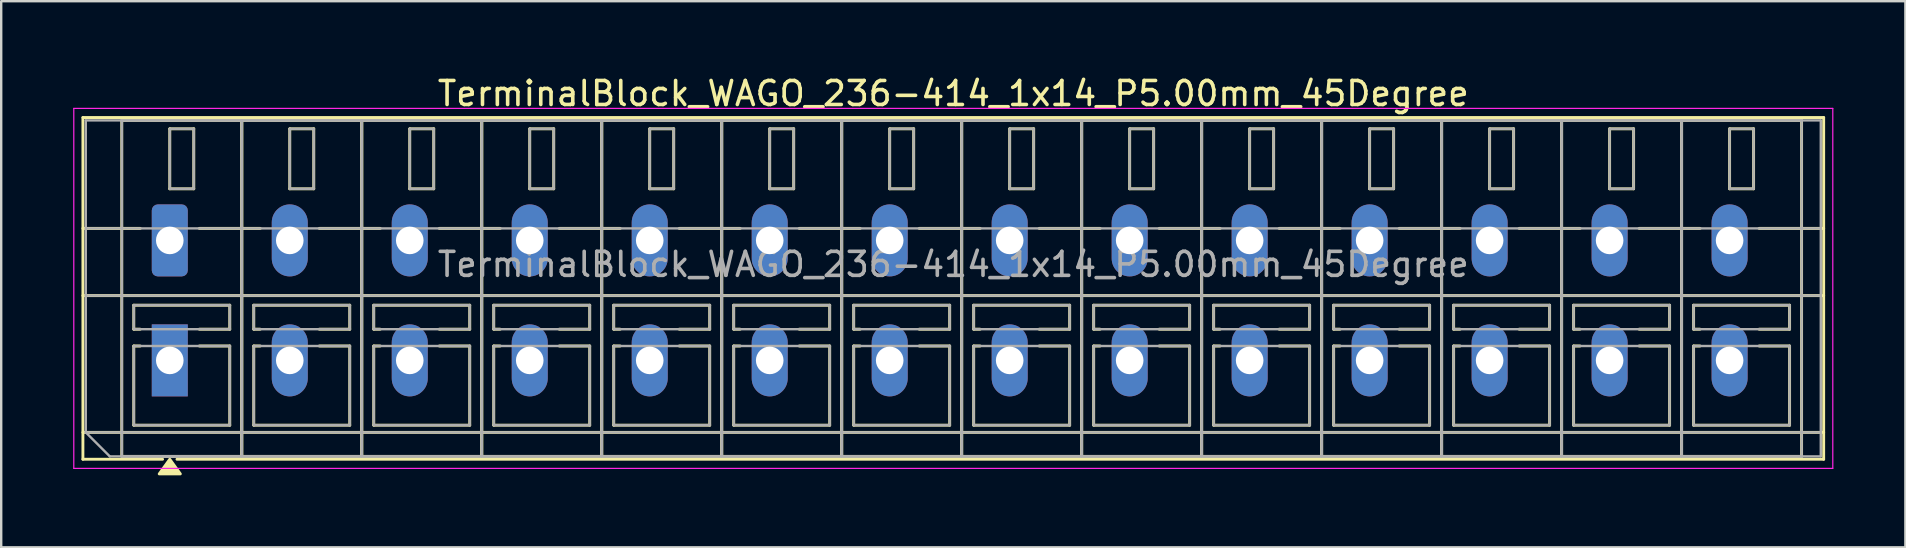
<source format=kicad_pcb>
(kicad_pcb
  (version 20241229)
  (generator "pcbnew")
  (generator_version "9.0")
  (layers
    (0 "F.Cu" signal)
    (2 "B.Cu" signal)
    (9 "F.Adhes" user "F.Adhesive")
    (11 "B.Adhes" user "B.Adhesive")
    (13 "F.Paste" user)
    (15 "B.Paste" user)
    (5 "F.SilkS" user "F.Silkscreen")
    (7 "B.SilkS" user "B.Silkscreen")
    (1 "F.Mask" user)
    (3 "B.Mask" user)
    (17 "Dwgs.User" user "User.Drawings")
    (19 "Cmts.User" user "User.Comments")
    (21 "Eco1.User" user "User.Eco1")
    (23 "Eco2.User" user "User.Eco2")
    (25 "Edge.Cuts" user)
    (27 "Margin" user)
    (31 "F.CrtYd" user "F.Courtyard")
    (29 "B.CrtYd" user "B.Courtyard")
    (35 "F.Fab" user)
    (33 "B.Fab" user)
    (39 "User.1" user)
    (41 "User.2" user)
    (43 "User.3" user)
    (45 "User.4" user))
  (footprint "TerminalBlock_WAGO_236-414_1x14_P5.00mm_45Degree"
    (layer "F.Cu")
    (at 4.025 6.968)
    (property "Reference" "TerminalBlock_WAGO_236-414_1x14_P5.00mm_45Degree" (at 32.65 -6.12 0) (layer "F.SilkS") (effects (font (size 1 1) (thickness 0.15))))
    (attr through_hole)
    (fp_line (start -3.62 -5.12) (end 68.92 -5.12) (stroke (width 0.12) (type solid)) (layer "F.SilkS"))
    (fp_line (start -3.62 -0.5) (end -1.23 -0.5) (stroke (width 0.12) (type solid)) (layer "F.SilkS"))
    (fp_line (start -3.62 2.3) (end 68.92 2.3) (stroke (width 0.12) (type solid)) (layer "F.SilkS"))
    (fp_line (start -3.62 8) (end 68.92 8) (stroke (width 0.12) (type solid)) (layer "F.SilkS"))
    (fp_line (start -3.62 9.12) (end -3.62 -5.12) (stroke (width 0.12) (type solid)) (layer "F.SilkS"))
    (fp_line (start -2 -5) (end 3 -5) (stroke (width 0.12) (type solid)) (layer "F.SilkS"))
    (fp_line (start -2 9) (end -2 -5) (stroke (width 0.12) (type solid)) (layer "F.SilkS"))
    (fp_line (start -1.5 2.7) (end 2.5 2.7) (stroke (width 0.12) (type solid)) (layer "F.SilkS"))
    (fp_line (start -1.5 3.7) (end -1.5 2.7) (stroke (width 0.12) (type solid)) (layer "F.SilkS"))
    (fp_line (start -1.5 4.4) (end -1.23 4.4) (stroke (width 0.12) (type solid)) (layer "F.SilkS"))
    (fp_line (start -1.5 7.7) (end -1.5 4.4) (stroke (width 0.12) (type solid)) (layer "F.SilkS"))
    (fp_line (start -1.23 3.7) (end -1.5 3.7) (stroke (width 0.12) (type solid)) (layer "F.SilkS"))
    (fp_line (start -0.3 9.12) (end -3.62 9.12) (stroke (width 0.12) (type solid)) (layer "F.SilkS"))
    (fp_line (start 0 -4.65) (end 1 -4.65) (stroke (width 0.12) (type solid)) (layer "F.SilkS"))
    (fp_line (start 0 -2.15) (end 0 -4.65) (stroke (width 0.12) (type solid)) (layer "F.SilkS"))
    (fp_line (start 1 -4.65) (end 1 -2.15) (stroke (width 0.12) (type solid)) (layer "F.SilkS"))
    (fp_line (start 1 -2.15) (end 0 -2.15) (stroke (width 0.12) (type solid)) (layer "F.SilkS"))
    (fp_line (start 1.23 -0.5) (end 3.77 -0.5) (stroke (width 0.12) (type solid)) (layer "F.SilkS"))
    (fp_line (start 1.23 4.4) (end 2.5 4.4) (stroke (width 0.12) (type solid)) (layer "F.SilkS"))
    (fp_line (start 2.5 2.7) (end 2.5 3.7) (stroke (width 0.12) (type solid)) (layer "F.SilkS"))
    (fp_line (start 2.5 3.7) (end 1.23 3.7) (stroke (width 0.12) (type solid)) (layer "F.SilkS"))
    (fp_line (start 2.5 4.4) (end 2.5 7.7) (stroke (width 0.12) (type solid)) (layer "F.SilkS"))
    (fp_line (start 2.5 7.7) (end -1.5 7.7) (stroke (width 0.12) (type solid)) (layer "F.SilkS"))
    (fp_line (start 3 -5) (end 3 9) (stroke (width 0.12) (type solid)) (layer "F.SilkS"))
    (fp_line (start 3 -5) (end 8 -5) (stroke (width 0.12) (type solid)) (layer "F.SilkS"))
    (fp_line (start 3 9) (end -2 9) (stroke (width 0.12) (type solid)) (layer "F.SilkS"))
    (fp_line (start 3 9) (end 3 -5) (stroke (width 0.12) (type solid)) (layer "F.SilkS"))
    (fp_line (start 3.5 2.7) (end 7.5 2.7) (stroke (width 0.12) (type solid)) (layer "F.SilkS"))
    (fp_line (start 3.5 3.7) (end 3.5 2.7) (stroke (width 0.12) (type solid)) (layer "F.SilkS"))
    (fp_line (start 3.5 4.4) (end 3.77 4.4) (stroke (width 0.12) (type solid)) (layer "F.SilkS"))
    (fp_line (start 3.5 7.7) (end 3.5 4.4) (stroke (width 0.12) (type solid)) (layer "F.SilkS"))
    (fp_line (start 3.77 3.7) (end 3.5 3.7) (stroke (width 0.12) (type solid)) (layer "F.SilkS"))
    (fp_line (start 5 -4.65) (end 6 -4.65) (stroke (width 0.12) (type solid)) (layer "F.SilkS"))
    (fp_line (start 5 -2.15) (end 5 -4.65) (stroke (width 0.12) (type solid)) (layer "F.SilkS"))
    (fp_line (start 6 -4.65) (end 6 -2.15) (stroke (width 0.12) (type solid)) (layer "F.SilkS"))
    (fp_line (start 6 -2.15) (end 5 -2.15) (stroke (width 0.12) (type solid)) (layer "F.SilkS"))
    (fp_line (start 6.23 -0.5) (end 8.77 -0.5) (stroke (width 0.12) (type solid)) (layer "F.SilkS"))
    (fp_line (start 6.23 4.4) (end 7.5 4.4) (stroke (width 0.12) (type solid)) (layer "F.SilkS"))
    (fp_line (start 7.5 2.7) (end 7.5 3.7) (stroke (width 0.12) (type solid)) (layer "F.SilkS"))
    (fp_line (start 7.5 3.7) (end 6.23 3.7) (stroke (width 0.12) (type solid)) (layer "F.SilkS"))
    (fp_line (start 7.5 4.4) (end 7.5 7.7) (stroke (width 0.12) (type solid)) (layer "F.SilkS"))
    (fp_line (start 7.5 7.7) (end 3.5 7.7) (stroke (width 0.12) (type solid)) (layer "F.SilkS"))
    (fp_line (start 8 -5) (end 8 9) (stroke (width 0.12) (type solid)) (layer "F.SilkS"))
    (fp_line (start 8 -5) (end 13 -5) (stroke (width 0.12) (type solid)) (layer "F.SilkS"))
    (fp_line (start 8 9) (end 3 9) (stroke (width 0.12) (type solid)) (layer "F.SilkS"))
    (fp_line (start 8 9) (end 8 -5) (stroke (width 0.12) (type solid)) (layer "F.SilkS"))
    (fp_line (start 8.5 2.7) (end 12.5 2.7) (stroke (width 0.12) (type solid)) (layer "F.SilkS"))
    (fp_line (start 8.5 3.7) (end 8.5 2.7) (stroke (width 0.12) (type solid)) (layer "F.SilkS"))
    (fp_line (start 8.5 4.4) (end 8.77 4.4) (stroke (width 0.12) (type solid)) (layer "F.SilkS"))
    (fp_line (start 8.5 7.7) (end 8.5 4.4) (stroke (width 0.12) (type solid)) (layer "F.SilkS"))
    (fp_line (start 8.77 3.7) (end 8.5 3.7) (stroke (width 0.12) (type solid)) (layer "F.SilkS"))
    (fp_line (start 10 -4.65) (end 11 -4.65) (stroke (width 0.12) (type solid)) (layer "F.SilkS"))
    (fp_line (start 10 -2.15) (end 10 -4.65) (stroke (width 0.12) (type solid)) (layer "F.SilkS"))
    (fp_line (start 11 -4.65) (end 11 -2.15) (stroke (width 0.12) (type solid)) (layer "F.SilkS"))
    (fp_line (start 11 -2.15) (end 10 -2.15) (stroke (width 0.12) (type solid)) (layer "F.SilkS"))
    (fp_line (start 11.23 -0.5) (end 13.77 -0.5) (stroke (width 0.12) (type solid)) (layer "F.SilkS"))
    (fp_line (start 11.23 4.4) (end 12.5 4.4) (stroke (width 0.12) (type solid)) (layer "F.SilkS"))
    (fp_line (start 12.5 2.7) (end 12.5 3.7) (stroke (width 0.12) (type solid)) (layer "F.SilkS"))
    (fp_line (start 12.5 3.7) (end 11.23 3.7) (stroke (width 0.12) (type solid)) (layer "F.SilkS"))
    (fp_line (start 12.5 4.4) (end 12.5 7.7) (stroke (width 0.12) (type solid)) (layer "F.SilkS"))
    (fp_line (start 12.5 7.7) (end 8.5 7.7) (stroke (width 0.12) (type solid)) (layer "F.SilkS"))
    (fp_line (start 13 -5) (end 13 9) (stroke (width 0.12) (type solid)) (layer "F.SilkS"))
    (fp_line (start 13 -5) (end 18 -5) (stroke (width 0.12) (type solid)) (layer "F.SilkS"))
    (fp_line (start 13 9) (end 8 9) (stroke (width 0.12) (type solid)) (layer "F.SilkS"))
    (fp_line (start 13 9) (end 13 -5) (stroke (width 0.12) (type solid)) (layer "F.SilkS"))
    (fp_line (start 13.5 2.7) (end 17.5 2.7) (stroke (width 0.12) (type solid)) (layer "F.SilkS"))
    (fp_line (start 13.5 3.7) (end 13.5 2.7) (stroke (width 0.12) (type solid)) (layer "F.SilkS"))
    (fp_line (start 13.5 4.4) (end 13.77 4.4) (stroke (width 0.12) (type solid)) (layer "F.SilkS"))
    (fp_line (start 13.5 7.7) (end 13.5 4.4) (stroke (width 0.12) (type solid)) (layer "F.SilkS"))
    (fp_line (start 13.77 3.7) (end 13.5 3.7) (stroke (width 0.12) (type solid)) (layer "F.SilkS"))
    (fp_line (start 15 -4.65) (end 16 -4.65) (stroke (width 0.12) (type solid)) (layer "F.SilkS"))
    (fp_line (start 15 -2.15) (end 15 -4.65) (stroke (width 0.12) (type solid)) (layer "F.SilkS"))
    (fp_line (start 16 -4.65) (end 16 -2.15) (stroke (width 0.12) (type solid)) (layer "F.SilkS"))
    (fp_line (start 16 -2.15) (end 15 -2.15) (stroke (width 0.12) (type solid)) (layer "F.SilkS"))
    (fp_line (start 16.23 -0.5) (end 18.77 -0.5) (stroke (width 0.12) (type solid)) (layer "F.SilkS"))
    (fp_line (start 16.23 4.4) (end 17.5 4.4) (stroke (width 0.12) (type solid)) (layer "F.SilkS"))
    (fp_line (start 17.5 2.7) (end 17.5 3.7) (stroke (width 0.12) (type solid)) (layer "F.SilkS"))
    (fp_line (start 17.5 3.7) (end 16.23 3.7) (stroke (width 0.12) (type solid)) (layer "F.SilkS"))
    (fp_line (start 17.5 4.4) (end 17.5 7.7) (stroke (width 0.12) (type solid)) (layer "F.SilkS"))
    (fp_line (start 17.5 7.7) (end 13.5 7.7) (stroke (width 0.12) (type solid)) (layer "F.SilkS"))
    (fp_line (start 18 -5) (end 18 9) (stroke (width 0.12) (type solid)) (layer "F.SilkS"))
    (fp_line (start 18 -5) (end 23 -5) (stroke (width 0.12) (type solid)) (layer "F.SilkS"))
    (fp_line (start 18 9) (end 13 9) (stroke (width 0.12) (type solid)) (layer "F.SilkS"))
    (fp_line (start 18 9) (end 18 -5) (stroke (width 0.12) (type solid)) (layer "F.SilkS"))
    (fp_line (start 18.5 2.7) (end 22.5 2.7) (stroke (width 0.12) (type solid)) (layer "F.SilkS"))
    (fp_line (start 18.5 3.7) (end 18.5 2.7) (stroke (width 0.12) (type solid)) (layer "F.SilkS"))
    (fp_line (start 18.5 4.4) (end 18.77 4.4) (stroke (width 0.12) (type solid)) (layer "F.SilkS"))
    (fp_line (start 18.5 7.7) (end 18.5 4.4) (stroke (width 0.12) (type solid)) (layer "F.SilkS"))
    (fp_line (start 18.77 3.7) (end 18.5 3.7) (stroke (width 0.12) (type solid)) (layer "F.SilkS"))
    (fp_line (start 20 -4.65) (end 21 -4.65) (stroke (width 0.12) (type solid)) (layer "F.SilkS"))
    (fp_line (start 20 -2.15) (end 20 -4.65) (stroke (width 0.12) (type solid)) (layer "F.SilkS"))
    (fp_line (start 21 -4.65) (end 21 -2.15) (stroke (width 0.12) (type solid)) (layer "F.SilkS"))
    (fp_line (start 21 -2.15) (end 20 -2.15) (stroke (width 0.12) (type solid)) (layer "F.SilkS"))
    (fp_line (start 21.23 -0.5) (end 23.77 -0.5) (stroke (width 0.12) (type solid)) (layer "F.SilkS"))
    (fp_line (start 21.23 4.4) (end 22.5 4.4) (stroke (width 0.12) (type solid)) (layer "F.SilkS"))
    (fp_line (start 22.5 2.7) (end 22.5 3.7) (stroke (width 0.12) (type solid)) (layer "F.SilkS"))
    (fp_line (start 22.5 3.7) (end 21.23 3.7) (stroke (width 0.12) (type solid)) (layer "F.SilkS"))
    (fp_line (start 22.5 4.4) (end 22.5 7.7) (stroke (width 0.12) (type solid)) (layer "F.SilkS"))
    (fp_line (start 22.5 7.7) (end 18.5 7.7) (stroke (width 0.12) (type solid)) (layer "F.SilkS"))
    (fp_line (start 23 -5) (end 23 9) (stroke (width 0.12) (type solid)) (layer "F.SilkS"))
    (fp_line (start 23 -5) (end 28 -5) (stroke (width 0.12) (type solid)) (layer "F.SilkS"))
    (fp_line (start 23 9) (end 18 9) (stroke (width 0.12) (type solid)) (layer "F.SilkS"))
    (fp_line (start 23 9) (end 23 -5) (stroke (width 0.12) (type solid)) (layer "F.SilkS"))
    (fp_line (start 23.5 2.7) (end 27.5 2.7) (stroke (width 0.12) (type solid)) (layer "F.SilkS"))
    (fp_line (start 23.5 3.7) (end 23.5 2.7) (stroke (width 0.12) (type solid)) (layer "F.SilkS"))
    (fp_line (start 23.5 4.4) (end 23.77 4.4) (stroke (width 0.12) (type solid)) (layer "F.SilkS"))
    (fp_line (start 23.5 7.7) (end 23.5 4.4) (stroke (width 0.12) (type solid)) (layer "F.SilkS"))
    (fp_line (start 23.77 3.7) (end 23.5 3.7) (stroke (width 0.12) (type solid)) (layer "F.SilkS"))
    (fp_line (start 25 -4.65) (end 26 -4.65) (stroke (width 0.12) (type solid)) (layer "F.SilkS"))
    (fp_line (start 25 -2.15) (end 25 -4.65) (stroke (width 0.12) (type solid)) (layer "F.SilkS"))
    (fp_line (start 26 -4.65) (end 26 -2.15) (stroke (width 0.12) (type solid)) (layer "F.SilkS"))
    (fp_line (start 26 -2.15) (end 25 -2.15) (stroke (width 0.12) (type solid)) (layer "F.SilkS"))
    (fp_line (start 26.23 -0.5) (end 28.77 -0.5) (stroke (width 0.12) (type solid)) (layer "F.SilkS"))
    (fp_line (start 26.23 4.4) (end 27.5 4.4) (stroke (width 0.12) (type solid)) (layer "F.SilkS"))
    (fp_line (start 27.5 2.7) (end 27.5 3.7) (stroke (width 0.12) (type solid)) (layer "F.SilkS"))
    (fp_line (start 27.5 3.7) (end 26.23 3.7) (stroke (width 0.12) (type solid)) (layer "F.SilkS"))
    (fp_line (start 27.5 4.4) (end 27.5 7.7) (stroke (width 0.12) (type solid)) (layer "F.SilkS"))
    (fp_line (start 27.5 7.7) (end 23.5 7.7) (stroke (width 0.12) (type solid)) (layer "F.SilkS"))
    (fp_line (start 28 -5) (end 28 9) (stroke (width 0.12) (type solid)) (layer "F.SilkS"))
    (fp_line (start 28 -5) (end 33 -5) (stroke (width 0.12) (type solid)) (layer "F.SilkS"))
    (fp_line (start 28 9) (end 23 9) (stroke (width 0.12) (type solid)) (layer "F.SilkS"))
    (fp_line (start 28 9) (end 28 -5) (stroke (width 0.12) (type solid)) (layer "F.SilkS"))
    (fp_line (start 28.5 2.7) (end 32.5 2.7) (stroke (width 0.12) (type solid)) (layer "F.SilkS"))
    (fp_line (start 28.5 3.7) (end 28.5 2.7) (stroke (width 0.12) (type solid)) (layer "F.SilkS"))
    (fp_line (start 28.5 4.4) (end 28.77 4.4) (stroke (width 0.12) (type solid)) (layer "F.SilkS"))
    (fp_line (start 28.5 7.7) (end 28.5 4.4) (stroke (width 0.12) (type solid)) (layer "F.SilkS"))
    (fp_line (start 28.77 3.7) (end 28.5 3.7) (stroke (width 0.12) (type solid)) (layer "F.SilkS"))
    (fp_line (start 30 -4.65) (end 31 -4.65) (stroke (width 0.12) (type solid)) (layer "F.SilkS"))
    (fp_line (start 30 -2.15) (end 30 -4.65) (stroke (width 0.12) (type solid)) (layer "F.SilkS"))
    (fp_line (start 31 -4.65) (end 31 -2.15) (stroke (width 0.12) (type solid)) (layer "F.SilkS"))
    (fp_line (start 31 -2.15) (end 30 -2.15) (stroke (width 0.12) (type solid)) (layer "F.SilkS"))
    (fp_line (start 31.23 -0.5) (end 33.77 -0.5) (stroke (width 0.12) (type solid)) (layer "F.SilkS"))
    (fp_line (start 31.23 4.4) (end 32.5 4.4) (stroke (width 0.12) (type solid)) (layer "F.SilkS"))
    (fp_line (start 32.5 2.7) (end 32.5 3.7) (stroke (width 0.12) (type solid)) (layer "F.SilkS"))
    (fp_line (start 32.5 3.7) (end 31.23 3.7) (stroke (width 0.12) (type solid)) (layer "F.SilkS"))
    (fp_line (start 32.5 4.4) (end 32.5 7.7) (stroke (width 0.12) (type solid)) (layer "F.SilkS"))
    (fp_line (start 32.5 7.7) (end 28.5 7.7) (stroke (width 0.12) (type solid)) (layer "F.SilkS"))
    (fp_line (start 33 -5) (end 33 9) (stroke (width 0.12) (type solid)) (layer "F.SilkS"))
    (fp_line (start 33 -5) (end 38 -5) (stroke (width 0.12) (type solid)) (layer "F.SilkS"))
    (fp_line (start 33 9) (end 28 9) (stroke (width 0.12) (type solid)) (layer "F.SilkS"))
    (fp_line (start 33 9) (end 33 -5) (stroke (width 0.12) (type solid)) (layer "F.SilkS"))
    (fp_line (start 33.5 2.7) (end 37.5 2.7) (stroke (width 0.12) (type solid)) (layer "F.SilkS"))
    (fp_line (start 33.5 3.7) (end 33.5 2.7) (stroke (width 0.12) (type solid)) (layer "F.SilkS"))
    (fp_line (start 33.5 4.4) (end 33.77 4.4) (stroke (width 0.12) (type solid)) (layer "F.SilkS"))
    (fp_line (start 33.5 7.7) (end 33.5 4.4) (stroke (width 0.12) (type solid)) (layer "F.SilkS"))
    (fp_line (start 33.77 3.7) (end 33.5 3.7) (stroke (width 0.12) (type solid)) (layer "F.SilkS"))
    (fp_line (start 35 -4.65) (end 36 -4.65) (stroke (width 0.12) (type solid)) (layer "F.SilkS"))
    (fp_line (start 35 -2.15) (end 35 -4.65) (stroke (width 0.12) (type solid)) (layer "F.SilkS"))
    (fp_line (start 36 -4.65) (end 36 -2.15) (stroke (width 0.12) (type solid)) (layer "F.SilkS"))
    (fp_line (start 36 -2.15) (end 35 -2.15) (stroke (width 0.12) (type solid)) (layer "F.SilkS"))
    (fp_line (start 36.23 -0.5) (end 38.77 -0.5) (stroke (width 0.12) (type solid)) (layer "F.SilkS"))
    (fp_line (start 36.23 4.4) (end 37.5 4.4) (stroke (width 0.12) (type solid)) (layer "F.SilkS"))
    (fp_line (start 37.5 2.7) (end 37.5 3.7) (stroke (width 0.12) (type solid)) (layer "F.SilkS"))
    (fp_line (start 37.5 3.7) (end 36.23 3.7) (stroke (width 0.12) (type solid)) (layer "F.SilkS"))
    (fp_line (start 37.5 4.4) (end 37.5 7.7) (stroke (width 0.12) (type solid)) (layer "F.SilkS"))
    (fp_line (start 37.5 7.7) (end 33.5 7.7) (stroke (width 0.12) (type solid)) (layer "F.SilkS"))
    (fp_line (start 38 -5) (end 38 9) (stroke (width 0.12) (type solid)) (layer "F.SilkS"))
    (fp_line (start 38 -5) (end 43 -5) (stroke (width 0.12) (type solid)) (layer "F.SilkS"))
    (fp_line (start 38 9) (end 33 9) (stroke (width 0.12) (type solid)) (layer "F.SilkS"))
    (fp_line (start 38 9) (end 38 -5) (stroke (width 0.12) (type solid)) (layer "F.SilkS"))
    (fp_line (start 38.5 2.7) (end 42.5 2.7) (stroke (width 0.12) (type solid)) (layer "F.SilkS"))
    (fp_line (start 38.5 3.7) (end 38.5 2.7) (stroke (width 0.12) (type solid)) (layer "F.SilkS"))
    (fp_line (start 38.5 4.4) (end 38.77 4.4) (stroke (width 0.12) (type solid)) (layer "F.SilkS"))
    (fp_line (start 38.5 7.7) (end 38.5 4.4) (stroke (width 0.12) (type solid)) (layer "F.SilkS"))
    (fp_line (start 38.77 3.7) (end 38.5 3.7) (stroke (width 0.12) (type solid)) (layer "F.SilkS"))
    (fp_line (start 40 -4.65) (end 41 -4.65) (stroke (width 0.12) (type solid)) (layer "F.SilkS"))
    (fp_line (start 40 -2.15) (end 40 -4.65) (stroke (width 0.12) (type solid)) (layer "F.SilkS"))
    (fp_line (start 41 -4.65) (end 41 -2.15) (stroke (width 0.12) (type solid)) (layer "F.SilkS"))
    (fp_line (start 41 -2.15) (end 40 -2.15) (stroke (width 0.12) (type solid)) (layer "F.SilkS"))
    (fp_line (start 41.23 -0.5) (end 43.77 -0.5) (stroke (width 0.12) (type solid)) (layer "F.SilkS"))
    (fp_line (start 41.23 4.4) (end 42.5 4.4) (stroke (width 0.12) (type solid)) (layer "F.SilkS"))
    (fp_line (start 42.5 2.7) (end 42.5 3.7) (stroke (width 0.12) (type solid)) (layer "F.SilkS"))
    (fp_line (start 42.5 3.7) (end 41.23 3.7) (stroke (width 0.12) (type solid)) (layer "F.SilkS"))
    (fp_line (start 42.5 4.4) (end 42.5 7.7) (stroke (width 0.12) (type solid)) (layer "F.SilkS"))
    (fp_line (start 42.5 7.7) (end 38.5 7.7) (stroke (width 0.12) (type solid)) (layer "F.SilkS"))
    (fp_line (start 43 -5) (end 43 9) (stroke (width 0.12) (type solid)) (layer "F.SilkS"))
    (fp_line (start 43 -5) (end 48 -5) (stroke (width 0.12) (type solid)) (layer "F.SilkS"))
    (fp_line (start 43 9) (end 38 9) (stroke (width 0.12) (type solid)) (layer "F.SilkS"))
    (fp_line (start 43 9) (end 43 -5) (stroke (width 0.12) (type solid)) (layer "F.SilkS"))
    (fp_line (start 43.5 2.7) (end 47.5 2.7) (stroke (width 0.12) (type solid)) (layer "F.SilkS"))
    (fp_line (start 43.5 3.7) (end 43.5 2.7) (stroke (width 0.12) (type solid)) (layer "F.SilkS"))
    (fp_line (start 43.5 4.4) (end 43.77 4.4) (stroke (width 0.12) (type solid)) (layer "F.SilkS"))
    (fp_line (start 43.5 7.7) (end 43.5 4.4) (stroke (width 0.12) (type solid)) (layer "F.SilkS"))
    (fp_line (start 43.77 3.7) (end 43.5 3.7) (stroke (width 0.12) (type solid)) (layer "F.SilkS"))
    (fp_line (start 45 -4.65) (end 46 -4.65) (stroke (width 0.12) (type solid)) (layer "F.SilkS"))
    (fp_line (start 45 -2.15) (end 45 -4.65) (stroke (width 0.12) (type solid)) (layer "F.SilkS"))
    (fp_line (start 46 -4.65) (end 46 -2.15) (stroke (width 0.12) (type solid)) (layer "F.SilkS"))
    (fp_line (start 46 -2.15) (end 45 -2.15) (stroke (width 0.12) (type solid)) (layer "F.SilkS"))
    (fp_line (start 46.23 -0.5) (end 48.77 -0.5) (stroke (width 0.12) (type solid)) (layer "F.SilkS"))
    (fp_line (start 46.23 4.4) (end 47.5 4.4) (stroke (width 0.12) (type solid)) (layer "F.SilkS"))
    (fp_line (start 47.5 2.7) (end 47.5 3.7) (stroke (width 0.12) (type solid)) (layer "F.SilkS"))
    (fp_line (start 47.5 3.7) (end 46.23 3.7) (stroke (width 0.12) (type solid)) (layer "F.SilkS"))
    (fp_line (start 47.5 4.4) (end 47.5 7.7) (stroke (width 0.12) (type solid)) (layer "F.SilkS"))
    (fp_line (start 47.5 7.7) (end 43.5 7.7) (stroke (width 0.12) (type solid)) (layer "F.SilkS"))
    (fp_line (start 48 -5) (end 48 9) (stroke (width 0.12) (type solid)) (layer "F.SilkS"))
    (fp_line (start 48 -5) (end 53 -5) (stroke (width 0.12) (type solid)) (layer "F.SilkS"))
    (fp_line (start 48 9) (end 43 9) (stroke (width 0.12) (type solid)) (layer "F.SilkS"))
    (fp_line (start 48 9) (end 48 -5) (stroke (width 0.12) (type solid)) (layer "F.SilkS"))
    (fp_line (start 48.5 2.7) (end 52.5 2.7) (stroke (width 0.12) (type solid)) (layer "F.SilkS"))
    (fp_line (start 48.5 3.7) (end 48.5 2.7) (stroke (width 0.12) (type solid)) (layer "F.SilkS"))
    (fp_line (start 48.5 4.4) (end 48.77 4.4) (stroke (width 0.12) (type solid)) (layer "F.SilkS"))
    (fp_line (start 48.5 7.7) (end 48.5 4.4) (stroke (width 0.12) (type solid)) (layer "F.SilkS"))
    (fp_line (start 48.77 3.7) (end 48.5 3.7) (stroke (width 0.12) (type solid)) (layer "F.SilkS"))
    (fp_line (start 50 -4.65) (end 51 -4.65) (stroke (width 0.12) (type solid)) (layer "F.SilkS"))
    (fp_line (start 50 -2.15) (end 50 -4.65) (stroke (width 0.12) (type solid)) (layer "F.SilkS"))
    (fp_line (start 51 -4.65) (end 51 -2.15) (stroke (width 0.12) (type solid)) (layer "F.SilkS"))
    (fp_line (start 51 -2.15) (end 50 -2.15) (stroke (width 0.12) (type solid)) (layer "F.SilkS"))
    (fp_line (start 51.23 -0.5) (end 53.77 -0.5) (stroke (width 0.12) (type solid)) (layer "F.SilkS"))
    (fp_line (start 51.23 4.4) (end 52.5 4.4) (stroke (width 0.12) (type solid)) (layer "F.SilkS"))
    (fp_line (start 52.5 2.7) (end 52.5 3.7) (stroke (width 0.12) (type solid)) (layer "F.SilkS"))
    (fp_line (start 52.5 3.7) (end 51.23 3.7) (stroke (width 0.12) (type solid)) (layer "F.SilkS"))
    (fp_line (start 52.5 4.4) (end 52.5 7.7) (stroke (width 0.12) (type solid)) (layer "F.SilkS"))
    (fp_line (start 52.5 7.7) (end 48.5 7.7) (stroke (width 0.12) (type solid)) (layer "F.SilkS"))
    (fp_line (start 53 -5) (end 53 9) (stroke (width 0.12) (type solid)) (layer "F.SilkS"))
    (fp_line (start 53 -5) (end 58 -5) (stroke (width 0.12) (type solid)) (layer "F.SilkS"))
    (fp_line (start 53 9) (end 48 9) (stroke (width 0.12) (type solid)) (layer "F.SilkS"))
    (fp_line (start 53 9) (end 53 -5) (stroke (width 0.12) (type solid)) (layer "F.SilkS"))
    (fp_line (start 53.5 2.7) (end 57.5 2.7) (stroke (width 0.12) (type solid)) (layer "F.SilkS"))
    (fp_line (start 53.5 3.7) (end 53.5 2.7) (stroke (width 0.12) (type solid)) (layer "F.SilkS"))
    (fp_line (start 53.5 4.4) (end 53.77 4.4) (stroke (width 0.12) (type solid)) (layer "F.SilkS"))
    (fp_line (start 53.5 7.7) (end 53.5 4.4) (stroke (width 0.12) (type solid)) (layer "F.SilkS"))
    (fp_line (start 53.77 3.7) (end 53.5 3.7) (stroke (width 0.12) (type solid)) (layer "F.SilkS"))
    (fp_line (start 55 -4.65) (end 56 -4.65) (stroke (width 0.12) (type solid)) (layer "F.SilkS"))
    (fp_line (start 55 -2.15) (end 55 -4.65) (stroke (width 0.12) (type solid)) (layer "F.SilkS"))
    (fp_line (start 56 -4.65) (end 56 -2.15) (stroke (width 0.12) (type solid)) (layer "F.SilkS"))
    (fp_line (start 56 -2.15) (end 55 -2.15) (stroke (width 0.12) (type solid)) (layer "F.SilkS"))
    (fp_line (start 56.23 -0.5) (end 58.77 -0.5) (stroke (width 0.12) (type solid)) (layer "F.SilkS"))
    (fp_line (start 56.23 4.4) (end 57.5 4.4) (stroke (width 0.12) (type solid)) (layer "F.SilkS"))
    (fp_line (start 57.5 2.7) (end 57.5 3.7) (stroke (width 0.12) (type solid)) (layer "F.SilkS"))
    (fp_line (start 57.5 3.7) (end 56.23 3.7) (stroke (width 0.12) (type solid)) (layer "F.SilkS"))
    (fp_line (start 57.5 4.4) (end 57.5 7.7) (stroke (width 0.12) (type solid)) (layer "F.SilkS"))
    (fp_line (start 57.5 7.7) (end 53.5 7.7) (stroke (width 0.12) (type solid)) (layer "F.SilkS"))
    (fp_line (start 58 -5) (end 58 9) (stroke (width 0.12) (type solid)) (layer "F.SilkS"))
    (fp_line (start 58 -5) (end 63 -5) (stroke (width 0.12) (type solid)) (layer "F.SilkS"))
    (fp_line (start 58 9) (end 53 9) (stroke (width 0.12) (type solid)) (layer "F.SilkS"))
    (fp_line (start 58 9) (end 58 -5) (stroke (width 0.12) (type solid)) (layer "F.SilkS"))
    (fp_line (start 58.5 2.7) (end 62.5 2.7) (stroke (width 0.12) (type solid)) (layer "F.SilkS"))
    (fp_line (start 58.5 3.7) (end 58.5 2.7) (stroke (width 0.12) (type solid)) (layer "F.SilkS"))
    (fp_line (start 58.5 4.4) (end 58.77 4.4) (stroke (width 0.12) (type solid)) (layer "F.SilkS"))
    (fp_line (start 58.5 7.7) (end 58.5 4.4) (stroke (width 0.12) (type solid)) (layer "F.SilkS"))
    (fp_line (start 58.77 3.7) (end 58.5 3.7) (stroke (width 0.12) (type solid)) (layer "F.SilkS"))
    (fp_line (start 60 -4.65) (end 61 -4.65) (stroke (width 0.12) (type solid)) (layer "F.SilkS"))
    (fp_line (start 60 -2.15) (end 60 -4.65) (stroke (width 0.12) (type solid)) (layer "F.SilkS"))
    (fp_line (start 61 -4.65) (end 61 -2.15) (stroke (width 0.12) (type solid)) (layer "F.SilkS"))
    (fp_line (start 61 -2.15) (end 60 -2.15) (stroke (width 0.12) (type solid)) (layer "F.SilkS"))
    (fp_line (start 61.23 -0.5) (end 63.77 -0.5) (stroke (width 0.12) (type solid)) (layer "F.SilkS"))
    (fp_line (start 61.23 4.4) (end 62.5 4.4) (stroke (width 0.12) (type solid)) (layer "F.SilkS"))
    (fp_line (start 62.5 2.7) (end 62.5 3.7) (stroke (width 0.12) (type solid)) (layer "F.SilkS"))
    (fp_line (start 62.5 3.7) (end 61.23 3.7) (stroke (width 0.12) (type solid)) (layer "F.SilkS"))
    (fp_line (start 62.5 4.4) (end 62.5 7.7) (stroke (width 0.12) (type solid)) (layer "F.SilkS"))
    (fp_line (start 62.5 7.7) (end 58.5 7.7) (stroke (width 0.12) (type solid)) (layer "F.SilkS"))
    (fp_line (start 63 -5) (end 63 9) (stroke (width 0.12) (type solid)) (layer "F.SilkS"))
    (fp_line (start 63 -5) (end 68 -5) (stroke (width 0.12) (type solid)) (layer "F.SilkS"))
    (fp_line (start 63 9) (end 58 9) (stroke (width 0.12) (type solid)) (layer "F.SilkS"))
    (fp_line (start 63 9) (end 63 -5) (stroke (width 0.12) (type solid)) (layer "F.SilkS"))
    (fp_line (start 63.5 2.7) (end 67.5 2.7) (stroke (width 0.12) (type solid)) (layer "F.SilkS"))
    (fp_line (start 63.5 3.7) (end 63.5 2.7) (stroke (width 0.12) (type solid)) (layer "F.SilkS"))
    (fp_line (start 63.5 4.4) (end 63.77 4.4) (stroke (width 0.12) (type solid)) (layer "F.SilkS"))
    (fp_line (start 63.5 7.7) (end 63.5 4.4) (stroke (width 0.12) (type solid)) (layer "F.SilkS"))
    (fp_line (start 63.77 3.7) (end 63.5 3.7) (stroke (width 0.12) (type solid)) (layer "F.SilkS"))
    (fp_line (start 65 -4.65) (end 66 -4.65) (stroke (width 0.12) (type solid)) (layer "F.SilkS"))
    (fp_line (start 65 -2.15) (end 65 -4.65) (stroke (width 0.12) (type solid)) (layer "F.SilkS"))
    (fp_line (start 66 -4.65) (end 66 -2.15) (stroke (width 0.12) (type solid)) (layer "F.SilkS"))
    (fp_line (start 66 -2.15) (end 65 -2.15) (stroke (width 0.12) (type solid)) (layer "F.SilkS"))
    (fp_line (start 66.23 -0.5) (end 68.92 -0.5) (stroke (width 0.12) (type solid)) (layer "F.SilkS"))
    (fp_line (start 66.23 4.4) (end 67.5 4.4) (stroke (width 0.12) (type solid)) (layer "F.SilkS"))
    (fp_line (start 67.5 2.7) (end 67.5 3.7) (stroke (width 0.12) (type solid)) (layer "F.SilkS"))
    (fp_line (start 67.5 3.7) (end 66.23 3.7) (stroke (width 0.12) (type solid)) (layer "F.SilkS"))
    (fp_line (start 67.5 4.4) (end 67.5 7.7) (stroke (width 0.12) (type solid)) (layer "F.SilkS"))
    (fp_line (start 67.5 7.7) (end 63.5 7.7) (stroke (width 0.12) (type solid)) (layer "F.SilkS"))
    (fp_line (start 68 -5) (end 68 9) (stroke (width 0.12) (type solid)) (layer "F.SilkS"))
    (fp_line (start 68 9) (end 63 9) (stroke (width 0.12) (type solid)) (layer "F.SilkS"))
    (fp_line (start 68.92 -5.12) (end 68.92 9.12) (stroke (width 0.12) (type solid)) (layer "F.SilkS"))
    (fp_line (start 68.92 9.12) (end 0.3 9.12) (stroke (width 0.12) (type solid)) (layer "F.SilkS"))
    (fp_poly (pts (xy 0 9.12) (xy 0.44 9.73) (xy -0.44 9.73)) (stroke (width 0.12) (type solid)) (fill yes) (layer "F.SilkS"))
    (fp_line (start -4 -5.5) (end -4 9.5) (stroke (width 0.05) (type solid)) (layer "F.CrtYd"))
    (fp_line (start -4 9.5) (end 69.3 9.5) (stroke (width 0.05) (type solid)) (layer "F.CrtYd"))
    (fp_line (start 69.3 -5.5) (end -4 -5.5) (stroke (width 0.05) (type solid)) (layer "F.CrtYd"))
    (fp_line (start 69.3 9.5) (end 69.3 -5.5) (stroke (width 0.05) (type solid)) (layer "F.CrtYd"))
    (fp_line (start -3.5 -5) (end 68.8 -5) (stroke (width 0.1) (type solid)) (layer "F.Fab"))
    (fp_line (start -3.5 -0.5) (end 68.8 -0.5) (stroke (width 0.1) (type solid)) (layer "F.Fab"))
    (fp_line (start -3.5 2.3) (end 68.8 2.3) (stroke (width 0.1) (type solid)) (layer "F.Fab"))
    (fp_line (start -3.5 8) (end -3.5 -5) (stroke (width 0.1) (type solid)) (layer "F.Fab"))
    (fp_line (start -3.5 8) (end 68.8 8) (stroke (width 0.1) (type solid)) (layer "F.Fab"))
    (fp_line (start -2.5 9) (end -3.5 8) (stroke (width 0.1) (type solid)) (layer "F.Fab"))
    (fp_line (start -2 -5) (end -2 9) (stroke (width 0.1) (type solid)) (layer "F.Fab"))
    (fp_line (start -2 9) (end 3 9) (stroke (width 0.1) (type solid)) (layer "F.Fab"))
    (fp_line (start -1.5 2.7) (end -1.5 3.7) (stroke (width 0.1) (type solid)) (layer "F.Fab"))
    (fp_line (start -1.5 3.7) (end 2.5 3.7) (stroke (width 0.1) (type solid)) (layer "F.Fab"))
    (fp_line (start -1.5 4.4) (end -1.5 7.7) (stroke (width 0.1) (type solid)) (layer "F.Fab"))
    (fp_line (start -1.5 7.7) (end 2.5 7.7) (stroke (width 0.1) (type solid)) (layer "F.Fab"))
    (fp_line (start 0 -4.65) (end 0 -2.15) (stroke (width 0.1) (type solid)) (layer "F.Fab"))
    (fp_line (start 0 -2.15) (end 1 -2.15) (stroke (width 0.1) (type solid)) (layer "F.Fab"))
    (fp_line (start 1 -4.65) (end 0 -4.65) (stroke (width 0.1) (type solid)) (layer "F.Fab"))
    (fp_line (start 1 -2.15) (end 1 -4.65) (stroke (width 0.1) (type solid)) (layer "F.Fab"))
    (fp_line (start 2.5 2.7) (end -1.5 2.7) (stroke (width 0.1) (type solid)) (layer "F.Fab"))
    (fp_line (start 2.5 3.7) (end 2.5 2.7) (stroke (width 0.1) (type solid)) (layer "F.Fab"))
    (fp_line (start 2.5 4.4) (end -1.5 4.4) (stroke (width 0.1) (type solid)) (layer "F.Fab"))
    (fp_line (start 2.5 7.7) (end 2.5 4.4) (stroke (width 0.1) (type solid)) (layer "F.Fab"))
    (fp_line (start 3 -5) (end -2 -5) (stroke (width 0.1) (type solid)) (layer "F.Fab"))
    (fp_line (start 3 -5) (end 3 9) (stroke (width 0.1) (type solid)) (layer "F.Fab"))
    (fp_line (start 3 9) (end 3 -5) (stroke (width 0.1) (type solid)) (layer "F.Fab"))
    (fp_line (start 3 9) (end 8 9) (stroke (width 0.1) (type solid)) (layer "F.Fab"))
    (fp_line (start 3.5 2.7) (end 3.5 3.7) (stroke (width 0.1) (type solid)) (layer "F.Fab"))
    (fp_line (start 3.5 3.7) (end 7.5 3.7) (stroke (width 0.1) (type solid)) (layer "F.Fab"))
    (fp_line (start 3.5 4.4) (end 3.5 7.7) (stroke (width 0.1) (type solid)) (layer "F.Fab"))
    (fp_line (start 3.5 7.7) (end 7.5 7.7) (stroke (width 0.1) (type solid)) (layer "F.Fab"))
    (fp_line (start 5 -4.65) (end 5 -2.15) (stroke (width 0.1) (type solid)) (layer "F.Fab"))
    (fp_line (start 5 -2.15) (end 6 -2.15) (stroke (width 0.1) (type solid)) (layer "F.Fab"))
    (fp_line (start 6 -4.65) (end 5 -4.65) (stroke (width 0.1) (type solid)) (layer "F.Fab"))
    (fp_line (start 6 -2.15) (end 6 -4.65) (stroke (width 0.1) (type solid)) (layer "F.Fab"))
    (fp_line (start 7.5 2.7) (end 3.5 2.7) (stroke (width 0.1) (type solid)) (layer "F.Fab"))
    (fp_line (start 7.5 3.7) (end 7.5 2.7) (stroke (width 0.1) (type solid)) (layer "F.Fab"))
    (fp_line (start 7.5 4.4) (end 3.5 4.4) (stroke (width 0.1) (type solid)) (layer "F.Fab"))
    (fp_line (start 7.5 7.7) (end 7.5 4.4) (stroke (width 0.1) (type solid)) (layer "F.Fab"))
    (fp_line (start 8 -5) (end 3 -5) (stroke (width 0.1) (type solid)) (layer "F.Fab"))
    (fp_line (start 8 -5) (end 8 9) (stroke (width 0.1) (type solid)) (layer "F.Fab"))
    (fp_line (start 8 9) (end 8 -5) (stroke (width 0.1) (type solid)) (layer "F.Fab"))
    (fp_line (start 8 9) (end 13 9) (stroke (width 0.1) (type solid)) (layer "F.Fab"))
    (fp_line (start 8.5 2.7) (end 8.5 3.7) (stroke (width 0.1) (type solid)) (layer "F.Fab"))
    (fp_line (start 8.5 3.7) (end 12.5 3.7) (stroke (width 0.1) (type solid)) (layer "F.Fab"))
    (fp_line (start 8.5 4.4) (end 8.5 7.7) (stroke (width 0.1) (type solid)) (layer "F.Fab"))
    (fp_line (start 8.5 7.7) (end 12.5 7.7) (stroke (width 0.1) (type solid)) (layer "F.Fab"))
    (fp_line (start 10 -4.65) (end 10 -2.15) (stroke (width 0.1) (type solid)) (layer "F.Fab"))
    (fp_line (start 10 -2.15) (end 11 -2.15) (stroke (width 0.1) (type solid)) (layer "F.Fab"))
    (fp_line (start 11 -4.65) (end 10 -4.65) (stroke (width 0.1) (type solid)) (layer "F.Fab"))
    (fp_line (start 11 -2.15) (end 11 -4.65) (stroke (width 0.1) (type solid)) (layer "F.Fab"))
    (fp_line (start 12.5 2.7) (end 8.5 2.7) (stroke (width 0.1) (type solid)) (layer "F.Fab"))
    (fp_line (start 12.5 3.7) (end 12.5 2.7) (stroke (width 0.1) (type solid)) (layer "F.Fab"))
    (fp_line (start 12.5 4.4) (end 8.5 4.4) (stroke (width 0.1) (type solid)) (layer "F.Fab"))
    (fp_line (start 12.5 7.7) (end 12.5 4.4) (stroke (width 0.1) (type solid)) (layer "F.Fab"))
    (fp_line (start 13 -5) (end 8 -5) (stroke (width 0.1) (type solid)) (layer "F.Fab"))
    (fp_line (start 13 -5) (end 13 9) (stroke (width 0.1) (type solid)) (layer "F.Fab"))
    (fp_line (start 13 9) (end 13 -5) (stroke (width 0.1) (type solid)) (layer "F.Fab"))
    (fp_line (start 13 9) (end 18 9) (stroke (width 0.1) (type solid)) (layer "F.Fab"))
    (fp_line (start 13.5 2.7) (end 13.5 3.7) (stroke (width 0.1) (type solid)) (layer "F.Fab"))
    (fp_line (start 13.5 3.7) (end 17.5 3.7) (stroke (width 0.1) (type solid)) (layer "F.Fab"))
    (fp_line (start 13.5 4.4) (end 13.5 7.7) (stroke (width 0.1) (type solid)) (layer "F.Fab"))
    (fp_line (start 13.5 7.7) (end 17.5 7.7) (stroke (width 0.1) (type solid)) (layer "F.Fab"))
    (fp_line (start 15 -4.65) (end 15 -2.15) (stroke (width 0.1) (type solid)) (layer "F.Fab"))
    (fp_line (start 15 -2.15) (end 16 -2.15) (stroke (width 0.1) (type solid)) (layer "F.Fab"))
    (fp_line (start 16 -4.65) (end 15 -4.65) (stroke (width 0.1) (type solid)) (layer "F.Fab"))
    (fp_line (start 16 -2.15) (end 16 -4.65) (stroke (width 0.1) (type solid)) (layer "F.Fab"))
    (fp_line (start 17.5 2.7) (end 13.5 2.7) (stroke (width 0.1) (type solid)) (layer "F.Fab"))
    (fp_line (start 17.5 3.7) (end 17.5 2.7) (stroke (width 0.1) (type solid)) (layer "F.Fab"))
    (fp_line (start 17.5 4.4) (end 13.5 4.4) (stroke (width 0.1) (type solid)) (layer "F.Fab"))
    (fp_line (start 17.5 7.7) (end 17.5 4.4) (stroke (width 0.1) (type solid)) (layer "F.Fab"))
    (fp_line (start 18 -5) (end 13 -5) (stroke (width 0.1) (type solid)) (layer "F.Fab"))
    (fp_line (start 18 -5) (end 18 9) (stroke (width 0.1) (type solid)) (layer "F.Fab"))
    (fp_line (start 18 9) (end 18 -5) (stroke (width 0.1) (type solid)) (layer "F.Fab"))
    (fp_line (start 18 9) (end 23 9) (stroke (width 0.1) (type solid)) (layer "F.Fab"))
    (fp_line (start 18.5 2.7) (end 18.5 3.7) (stroke (width 0.1) (type solid)) (layer "F.Fab"))
    (fp_line (start 18.5 3.7) (end 22.5 3.7) (stroke (width 0.1) (type solid)) (layer "F.Fab"))
    (fp_line (start 18.5 4.4) (end 18.5 7.7) (stroke (width 0.1) (type solid)) (layer "F.Fab"))
    (fp_line (start 18.5 7.7) (end 22.5 7.7) (stroke (width 0.1) (type solid)) (layer "F.Fab"))
    (fp_line (start 20 -4.65) (end 20 -2.15) (stroke (width 0.1) (type solid)) (layer "F.Fab"))
    (fp_line (start 20 -2.15) (end 21 -2.15) (stroke (width 0.1) (type solid)) (layer "F.Fab"))
    (fp_line (start 21 -4.65) (end 20 -4.65) (stroke (width 0.1) (type solid)) (layer "F.Fab"))
    (fp_line (start 21 -2.15) (end 21 -4.65) (stroke (width 0.1) (type solid)) (layer "F.Fab"))
    (fp_line (start 22.5 2.7) (end 18.5 2.7) (stroke (width 0.1) (type solid)) (layer "F.Fab"))
    (fp_line (start 22.5 3.7) (end 22.5 2.7) (stroke (width 0.1) (type solid)) (layer "F.Fab"))
    (fp_line (start 22.5 4.4) (end 18.5 4.4) (stroke (width 0.1) (type solid)) (layer "F.Fab"))
    (fp_line (start 22.5 7.7) (end 22.5 4.4) (stroke (width 0.1) (type solid)) (layer "F.Fab"))
    (fp_line (start 23 -5) (end 18 -5) (stroke (width 0.1) (type solid)) (layer "F.Fab"))
    (fp_line (start 23 -5) (end 23 9) (stroke (width 0.1) (type solid)) (layer "F.Fab"))
    (fp_line (start 23 9) (end 23 -5) (stroke (width 0.1) (type solid)) (layer "F.Fab"))
    (fp_line (start 23 9) (end 28 9) (stroke (width 0.1) (type solid)) (layer "F.Fab"))
    (fp_line (start 23.5 2.7) (end 23.5 3.7) (stroke (width 0.1) (type solid)) (layer "F.Fab"))
    (fp_line (start 23.5 3.7) (end 27.5 3.7) (stroke (width 0.1) (type solid)) (layer "F.Fab"))
    (fp_line (start 23.5 4.4) (end 23.5 7.7) (stroke (width 0.1) (type solid)) (layer "F.Fab"))
    (fp_line (start 23.5 7.7) (end 27.5 7.7) (stroke (width 0.1) (type solid)) (layer "F.Fab"))
    (fp_line (start 25 -4.65) (end 25 -2.15) (stroke (width 0.1) (type solid)) (layer "F.Fab"))
    (fp_line (start 25 -2.15) (end 26 -2.15) (stroke (width 0.1) (type solid)) (layer "F.Fab"))
    (fp_line (start 26 -4.65) (end 25 -4.65) (stroke (width 0.1) (type solid)) (layer "F.Fab"))
    (fp_line (start 26 -2.15) (end 26 -4.65) (stroke (width 0.1) (type solid)) (layer "F.Fab"))
    (fp_line (start 27.5 2.7) (end 23.5 2.7) (stroke (width 0.1) (type solid)) (layer "F.Fab"))
    (fp_line (start 27.5 3.7) (end 27.5 2.7) (stroke (width 0.1) (type solid)) (layer "F.Fab"))
    (fp_line (start 27.5 4.4) (end 23.5 4.4) (stroke (width 0.1) (type solid)) (layer "F.Fab"))
    (fp_line (start 27.5 7.7) (end 27.5 4.4) (stroke (width 0.1) (type solid)) (layer "F.Fab"))
    (fp_line (start 28 -5) (end 23 -5) (stroke (width 0.1) (type solid)) (layer "F.Fab"))
    (fp_line (start 28 -5) (end 28 9) (stroke (width 0.1) (type solid)) (layer "F.Fab"))
    (fp_line (start 28 9) (end 28 -5) (stroke (width 0.1) (type solid)) (layer "F.Fab"))
    (fp_line (start 28 9) (end 33 9) (stroke (width 0.1) (type solid)) (layer "F.Fab"))
    (fp_line (start 28.5 2.7) (end 28.5 3.7) (stroke (width 0.1) (type solid)) (layer "F.Fab"))
    (fp_line (start 28.5 3.7) (end 32.5 3.7) (stroke (width 0.1) (type solid)) (layer "F.Fab"))
    (fp_line (start 28.5 4.4) (end 28.5 7.7) (stroke (width 0.1) (type solid)) (layer "F.Fab"))
    (fp_line (start 28.5 7.7) (end 32.5 7.7) (stroke (width 0.1) (type solid)) (layer "F.Fab"))
    (fp_line (start 30 -4.65) (end 30 -2.15) (stroke (width 0.1) (type solid)) (layer "F.Fab"))
    (fp_line (start 30 -2.15) (end 31 -2.15) (stroke (width 0.1) (type solid)) (layer "F.Fab"))
    (fp_line (start 31 -4.65) (end 30 -4.65) (stroke (width 0.1) (type solid)) (layer "F.Fab"))
    (fp_line (start 31 -2.15) (end 31 -4.65) (stroke (width 0.1) (type solid)) (layer "F.Fab"))
    (fp_line (start 32.5 2.7) (end 28.5 2.7) (stroke (width 0.1) (type solid)) (layer "F.Fab"))
    (fp_line (start 32.5 3.7) (end 32.5 2.7) (stroke (width 0.1) (type solid)) (layer "F.Fab"))
    (fp_line (start 32.5 4.4) (end 28.5 4.4) (stroke (width 0.1) (type solid)) (layer "F.Fab"))
    (fp_line (start 32.5 7.7) (end 32.5 4.4) (stroke (width 0.1) (type solid)) (layer "F.Fab"))
    (fp_line (start 33 -5) (end 28 -5) (stroke (width 0.1) (type solid)) (layer "F.Fab"))
    (fp_line (start 33 -5) (end 33 9) (stroke (width 0.1) (type solid)) (layer "F.Fab"))
    (fp_line (start 33 9) (end 33 -5) (stroke (width 0.1) (type solid)) (layer "F.Fab"))
    (fp_line (start 33 9) (end 38 9) (stroke (width 0.1) (type solid)) (layer "F.Fab"))
    (fp_line (start 33.5 2.7) (end 33.5 3.7) (stroke (width 0.1) (type solid)) (layer "F.Fab"))
    (fp_line (start 33.5 3.7) (end 37.5 3.7) (stroke (width 0.1) (type solid)) (layer "F.Fab"))
    (fp_line (start 33.5 4.4) (end 33.5 7.7) (stroke (width 0.1) (type solid)) (layer "F.Fab"))
    (fp_line (start 33.5 7.7) (end 37.5 7.7) (stroke (width 0.1) (type solid)) (layer "F.Fab"))
    (fp_line (start 35 -4.65) (end 35 -2.15) (stroke (width 0.1) (type solid)) (layer "F.Fab"))
    (fp_line (start 35 -2.15) (end 36 -2.15) (stroke (width 0.1) (type solid)) (layer "F.Fab"))
    (fp_line (start 36 -4.65) (end 35 -4.65) (stroke (width 0.1) (type solid)) (layer "F.Fab"))
    (fp_line (start 36 -2.15) (end 36 -4.65) (stroke (width 0.1) (type solid)) (layer "F.Fab"))
    (fp_line (start 37.5 2.7) (end 33.5 2.7) (stroke (width 0.1) (type solid)) (layer "F.Fab"))
    (fp_line (start 37.5 3.7) (end 37.5 2.7) (stroke (width 0.1) (type solid)) (layer "F.Fab"))
    (fp_line (start 37.5 4.4) (end 33.5 4.4) (stroke (width 0.1) (type solid)) (layer "F.Fab"))
    (fp_line (start 37.5 7.7) (end 37.5 4.4) (stroke (width 0.1) (type solid)) (layer "F.Fab"))
    (fp_line (start 38 -5) (end 33 -5) (stroke (width 0.1) (type solid)) (layer "F.Fab"))
    (fp_line (start 38 -5) (end 38 9) (stroke (width 0.1) (type solid)) (layer "F.Fab"))
    (fp_line (start 38 9) (end 38 -5) (stroke (width 0.1) (type solid)) (layer "F.Fab"))
    (fp_line (start 38 9) (end 43 9) (stroke (width 0.1) (type solid)) (layer "F.Fab"))
    (fp_line (start 38.5 2.7) (end 38.5 3.7) (stroke (width 0.1) (type solid)) (layer "F.Fab"))
    (fp_line (start 38.5 3.7) (end 42.5 3.7) (stroke (width 0.1) (type solid)) (layer "F.Fab"))
    (fp_line (start 38.5 4.4) (end 38.5 7.7) (stroke (width 0.1) (type solid)) (layer "F.Fab"))
    (fp_line (start 38.5 7.7) (end 42.5 7.7) (stroke (width 0.1) (type solid)) (layer "F.Fab"))
    (fp_line (start 40 -4.65) (end 40 -2.15) (stroke (width 0.1) (type solid)) (layer "F.Fab"))
    (fp_line (start 40 -2.15) (end 41 -2.15) (stroke (width 0.1) (type solid)) (layer "F.Fab"))
    (fp_line (start 41 -4.65) (end 40 -4.65) (stroke (width 0.1) (type solid)) (layer "F.Fab"))
    (fp_line (start 41 -2.15) (end 41 -4.65) (stroke (width 0.1) (type solid)) (layer "F.Fab"))
    (fp_line (start 42.5 2.7) (end 38.5 2.7) (stroke (width 0.1) (type solid)) (layer "F.Fab"))
    (fp_line (start 42.5 3.7) (end 42.5 2.7) (stroke (width 0.1) (type solid)) (layer "F.Fab"))
    (fp_line (start 42.5 4.4) (end 38.5 4.4) (stroke (width 0.1) (type solid)) (layer "F.Fab"))
    (fp_line (start 42.5 7.7) (end 42.5 4.4) (stroke (width 0.1) (type solid)) (layer "F.Fab"))
    (fp_line (start 43 -5) (end 38 -5) (stroke (width 0.1) (type solid)) (layer "F.Fab"))
    (fp_line (start 43 -5) (end 43 9) (stroke (width 0.1) (type solid)) (layer "F.Fab"))
    (fp_line (start 43 9) (end 43 -5) (stroke (width 0.1) (type solid)) (layer "F.Fab"))
    (fp_line (start 43 9) (end 48 9) (stroke (width 0.1) (type solid)) (layer "F.Fab"))
    (fp_line (start 43.5 2.7) (end 43.5 3.7) (stroke (width 0.1) (type solid)) (layer "F.Fab"))
    (fp_line (start 43.5 3.7) (end 47.5 3.7) (stroke (width 0.1) (type solid)) (layer "F.Fab"))
    (fp_line (start 43.5 4.4) (end 43.5 7.7) (stroke (width 0.1) (type solid)) (layer "F.Fab"))
    (fp_line (start 43.5 7.7) (end 47.5 7.7) (stroke (width 0.1) (type solid)) (layer "F.Fab"))
    (fp_line (start 45 -4.65) (end 45 -2.15) (stroke (width 0.1) (type solid)) (layer "F.Fab"))
    (fp_line (start 45 -2.15) (end 46 -2.15) (stroke (width 0.1) (type solid)) (layer "F.Fab"))
    (fp_line (start 46 -4.65) (end 45 -4.65) (stroke (width 0.1) (type solid)) (layer "F.Fab"))
    (fp_line (start 46 -2.15) (end 46 -4.65) (stroke (width 0.1) (type solid)) (layer "F.Fab"))
    (fp_line (start 47.5 2.7) (end 43.5 2.7) (stroke (width 0.1) (type solid)) (layer "F.Fab"))
    (fp_line (start 47.5 3.7) (end 47.5 2.7) (stroke (width 0.1) (type solid)) (layer "F.Fab"))
    (fp_line (start 47.5 4.4) (end 43.5 4.4) (stroke (width 0.1) (type solid)) (layer "F.Fab"))
    (fp_line (start 47.5 7.7) (end 47.5 4.4) (stroke (width 0.1) (type solid)) (layer "F.Fab"))
    (fp_line (start 48 -5) (end 43 -5) (stroke (width 0.1) (type solid)) (layer "F.Fab"))
    (fp_line (start 48 -5) (end 48 9) (stroke (width 0.1) (type solid)) (layer "F.Fab"))
    (fp_line (start 48 9) (end 48 -5) (stroke (width 0.1) (type solid)) (layer "F.Fab"))
    (fp_line (start 48 9) (end 53 9) (stroke (width 0.1) (type solid)) (layer "F.Fab"))
    (fp_line (start 48.5 2.7) (end 48.5 3.7) (stroke (width 0.1) (type solid)) (layer "F.Fab"))
    (fp_line (start 48.5 3.7) (end 52.5 3.7) (stroke (width 0.1) (type solid)) (layer "F.Fab"))
    (fp_line (start 48.5 4.4) (end 48.5 7.7) (stroke (width 0.1) (type solid)) (layer "F.Fab"))
    (fp_line (start 48.5 7.7) (end 52.5 7.7) (stroke (width 0.1) (type solid)) (layer "F.Fab"))
    (fp_line (start 50 -4.65) (end 50 -2.15) (stroke (width 0.1) (type solid)) (layer "F.Fab"))
    (fp_line (start 50 -2.15) (end 51 -2.15) (stroke (width 0.1) (type solid)) (layer "F.Fab"))
    (fp_line (start 51 -4.65) (end 50 -4.65) (stroke (width 0.1) (type solid)) (layer "F.Fab"))
    (fp_line (start 51 -2.15) (end 51 -4.65) (stroke (width 0.1) (type solid)) (layer "F.Fab"))
    (fp_line (start 52.5 2.7) (end 48.5 2.7) (stroke (width 0.1) (type solid)) (layer "F.Fab"))
    (fp_line (start 52.5 3.7) (end 52.5 2.7) (stroke (width 0.1) (type solid)) (layer "F.Fab"))
    (fp_line (start 52.5 4.4) (end 48.5 4.4) (stroke (width 0.1) (type solid)) (layer "F.Fab"))
    (fp_line (start 52.5 7.7) (end 52.5 4.4) (stroke (width 0.1) (type solid)) (layer "F.Fab"))
    (fp_line (start 53 -5) (end 48 -5) (stroke (width 0.1) (type solid)) (layer "F.Fab"))
    (fp_line (start 53 -5) (end 53 9) (stroke (width 0.1) (type solid)) (layer "F.Fab"))
    (fp_line (start 53 9) (end 53 -5) (stroke (width 0.1) (type solid)) (layer "F.Fab"))
    (fp_line (start 53 9) (end 58 9) (stroke (width 0.1) (type solid)) (layer "F.Fab"))
    (fp_line (start 53.5 2.7) (end 53.5 3.7) (stroke (width 0.1) (type solid)) (layer "F.Fab"))
    (fp_line (start 53.5 3.7) (end 57.5 3.7) (stroke (width 0.1) (type solid)) (layer "F.Fab"))
    (fp_line (start 53.5 4.4) (end 53.5 7.7) (stroke (width 0.1) (type solid)) (layer "F.Fab"))
    (fp_line (start 53.5 7.7) (end 57.5 7.7) (stroke (width 0.1) (type solid)) (layer "F.Fab"))
    (fp_line (start 55 -4.65) (end 55 -2.15) (stroke (width 0.1) (type solid)) (layer "F.Fab"))
    (fp_line (start 55 -2.15) (end 56 -2.15) (stroke (width 0.1) (type solid)) (layer "F.Fab"))
    (fp_line (start 56 -4.65) (end 55 -4.65) (stroke (width 0.1) (type solid)) (layer "F.Fab"))
    (fp_line (start 56 -2.15) (end 56 -4.65) (stroke (width 0.1) (type solid)) (layer "F.Fab"))
    (fp_line (start 57.5 2.7) (end 53.5 2.7) (stroke (width 0.1) (type solid)) (layer "F.Fab"))
    (fp_line (start 57.5 3.7) (end 57.5 2.7) (stroke (width 0.1) (type solid)) (layer "F.Fab"))
    (fp_line (start 57.5 4.4) (end 53.5 4.4) (stroke (width 0.1) (type solid)) (layer "F.Fab"))
    (fp_line (start 57.5 7.7) (end 57.5 4.4) (stroke (width 0.1) (type solid)) (layer "F.Fab"))
    (fp_line (start 58 -5) (end 53 -5) (stroke (width 0.1) (type solid)) (layer "F.Fab"))
    (fp_line (start 58 -5) (end 58 9) (stroke (width 0.1) (type solid)) (layer "F.Fab"))
    (fp_line (start 58 9) (end 58 -5) (stroke (width 0.1) (type solid)) (layer "F.Fab"))
    (fp_line (start 58 9) (end 63 9) (stroke (width 0.1) (type solid)) (layer "F.Fab"))
    (fp_line (start 58.5 2.7) (end 58.5 3.7) (stroke (width 0.1) (type solid)) (layer "F.Fab"))
    (fp_line (start 58.5 3.7) (end 62.5 3.7) (stroke (width 0.1) (type solid)) (layer "F.Fab"))
    (fp_line (start 58.5 4.4) (end 58.5 7.7) (stroke (width 0.1) (type solid)) (layer "F.Fab"))
    (fp_line (start 58.5 7.7) (end 62.5 7.7) (stroke (width 0.1) (type solid)) (layer "F.Fab"))
    (fp_line (start 60 -4.65) (end 60 -2.15) (stroke (width 0.1) (type solid)) (layer "F.Fab"))
    (fp_line (start 60 -2.15) (end 61 -2.15) (stroke (width 0.1) (type solid)) (layer "F.Fab"))
    (fp_line (start 61 -4.65) (end 60 -4.65) (stroke (width 0.1) (type solid)) (layer "F.Fab"))
    (fp_line (start 61 -2.15) (end 61 -4.65) (stroke (width 0.1) (type solid)) (layer "F.Fab"))
    (fp_line (start 62.5 2.7) (end 58.5 2.7) (stroke (width 0.1) (type solid)) (layer "F.Fab"))
    (fp_line (start 62.5 3.7) (end 62.5 2.7) (stroke (width 0.1) (type solid)) (layer "F.Fab"))
    (fp_line (start 62.5 4.4) (end 58.5 4.4) (stroke (width 0.1) (type solid)) (layer "F.Fab"))
    (fp_line (start 62.5 7.7) (end 62.5 4.4) (stroke (width 0.1) (type solid)) (layer "F.Fab"))
    (fp_line (start 63 -5) (end 58 -5) (stroke (width 0.1) (type solid)) (layer "F.Fab"))
    (fp_line (start 63 -5) (end 63 9) (stroke (width 0.1) (type solid)) (layer "F.Fab"))
    (fp_line (start 63 9) (end 63 -5) (stroke (width 0.1) (type solid)) (layer "F.Fab"))
    (fp_line (start 63 9) (end 68 9) (stroke (width 0.1) (type solid)) (layer "F.Fab"))
    (fp_line (start 63.5 2.7) (end 63.5 3.7) (stroke (width 0.1) (type solid)) (layer "F.Fab"))
    (fp_line (start 63.5 3.7) (end 67.5 3.7) (stroke (width 0.1) (type solid)) (layer "F.Fab"))
    (fp_line (start 63.5 4.4) (end 63.5 7.7) (stroke (width 0.1) (type solid)) (layer "F.Fab"))
    (fp_line (start 63.5 7.7) (end 67.5 7.7) (stroke (width 0.1) (type solid)) (layer "F.Fab"))
    (fp_line (start 65 -4.65) (end 65 -2.15) (stroke (width 0.1) (type solid)) (layer "F.Fab"))
    (fp_line (start 65 -2.15) (end 66 -2.15) (stroke (width 0.1) (type solid)) (layer "F.Fab"))
    (fp_line (start 66 -4.65) (end 65 -4.65) (stroke (width 0.1) (type solid)) (layer "F.Fab"))
    (fp_line (start 66 -2.15) (end 66 -4.65) (stroke (width 0.1) (type solid)) (layer "F.Fab"))
    (fp_line (start 67.5 2.7) (end 63.5 2.7) (stroke (width 0.1) (type solid)) (layer "F.Fab"))
    (fp_line (start 67.5 3.7) (end 67.5 2.7) (stroke (width 0.1) (type solid)) (layer "F.Fab"))
    (fp_line (start 67.5 4.4) (end 63.5 4.4) (stroke (width 0.1) (type solid)) (layer "F.Fab"))
    (fp_line (start 67.5 7.7) (end 67.5 4.4) (stroke (width 0.1) (type solid)) (layer "F.Fab"))
    (fp_line (start 68 -5) (end 63 -5) (stroke (width 0.1) (type solid)) (layer "F.Fab"))
    (fp_line (start 68 9) (end 68 -5) (stroke (width 0.1) (type solid)) (layer "F.Fab"))
    (fp_line (start 68.8 -5) (end 68.8 9) (stroke (width 0.1) (type solid)) (layer "F.Fab"))
    (fp_line (start 68.8 9) (end -2.5 9) (stroke (width 0.1) (type solid)) (layer "F.Fab"))
    (fp_text user "${REFERENCE}" (at 32.65 1 0) (layer "F.Fab") (effects (font (size 1 1) (thickness 0.15))))
    (pad "1" thru_hole roundrect (at 0 0) (size 1.5 3) (drill 1.15) (layers "*.Cu" "*.Mask") (roundrect_rratio 0.167))
    (pad "1" thru_hole rect (at 0 5) (size 1.5 3) (drill 1.15) (layers "*.Cu" "*.Mask"))
    (pad "2" thru_hole oval (at 5 0) (size 1.5 3) (drill 1.15) (layers "*.Cu" "*.Mask"))
    (pad "2" thru_hole oval (at 5 5) (size 1.5 3) (drill 1.15) (layers "*.Cu" "*.Mask"))
    (pad "3" thru_hole oval (at 10 0) (size 1.5 3) (drill 1.15) (layers "*.Cu" "*.Mask"))
    (pad "3" thru_hole oval (at 10 5) (size 1.5 3) (drill 1.15) (layers "*.Cu" "*.Mask"))
    (pad "4" thru_hole oval (at 15 0) (size 1.5 3) (drill 1.15) (layers "*.Cu" "*.Mask"))
    (pad "4" thru_hole oval (at 15 5) (size 1.5 3) (drill 1.15) (layers "*.Cu" "*.Mask"))
    (pad "5" thru_hole oval (at 20 0) (size 1.5 3) (drill 1.15) (layers "*.Cu" "*.Mask"))
    (pad "5" thru_hole oval (at 20 5) (size 1.5 3) (drill 1.15) (layers "*.Cu" "*.Mask"))
    (pad "6" thru_hole oval (at 25 0) (size 1.5 3) (drill 1.15) (layers "*.Cu" "*.Mask"))
    (pad "6" thru_hole oval (at 25 5) (size 1.5 3) (drill 1.15) (layers "*.Cu" "*.Mask"))
    (pad "7" thru_hole oval (at 30 0) (size 1.5 3) (drill 1.15) (layers "*.Cu" "*.Mask"))
    (pad "7" thru_hole oval (at 30 5) (size 1.5 3) (drill 1.15) (layers "*.Cu" "*.Mask"))
    (pad "8" thru_hole oval (at 35 0) (size 1.5 3) (drill 1.15) (layers "*.Cu" "*.Mask"))
    (pad "8" thru_hole oval (at 35 5) (size 1.5 3) (drill 1.15) (layers "*.Cu" "*.Mask"))
    (pad "9" thru_hole oval (at 40 0) (size 1.5 3) (drill 1.15) (layers "*.Cu" "*.Mask"))
    (pad "9" thru_hole oval (at 40 5) (size 1.5 3) (drill 1.15) (layers "*.Cu" "*.Mask"))
    (pad "10" thru_hole oval (at 45 0) (size 1.5 3) (drill 1.15) (layers "*.Cu" "*.Mask"))
    (pad "10" thru_hole oval (at 45 5) (size 1.5 3) (drill 1.15) (layers "*.Cu" "*.Mask"))
    (pad "11" thru_hole oval (at 50 0) (size 1.5 3) (drill 1.15) (layers "*.Cu" "*.Mask"))
    (pad "11" thru_hole oval (at 50 5) (size 1.5 3) (drill 1.15) (layers "*.Cu" "*.Mask"))
    (pad "12" thru_hole oval (at 55 0) (size 1.5 3) (drill 1.15) (layers "*.Cu" "*.Mask"))
    (pad "12" thru_hole oval (at 55 5) (size 1.5 3) (drill 1.15) (layers "*.Cu" "*.Mask"))
    (pad "13" thru_hole oval (at 60 0) (size 1.5 3) (drill 1.15) (layers "*.Cu" "*.Mask"))
    (pad "13" thru_hole oval (at 60 5) (size 1.5 3) (drill 1.15) (layers "*.Cu" "*.Mask"))
    (pad "14" thru_hole oval (at 65 0) (size 1.5 3) (drill 1.15) (layers "*.Cu" "*.Mask"))
    (pad "14" thru_hole oval (at 65 5) (size 1.5 3) (drill 1.15) (layers "*.Cu" "*.Mask")))
  (gr_rect
    (start -3 -3)
    (end 76.35 19.758)
    (stroke (width 0.1) (type default))
    (fill no)
    (layer "Edge.Cuts")))
</source>
